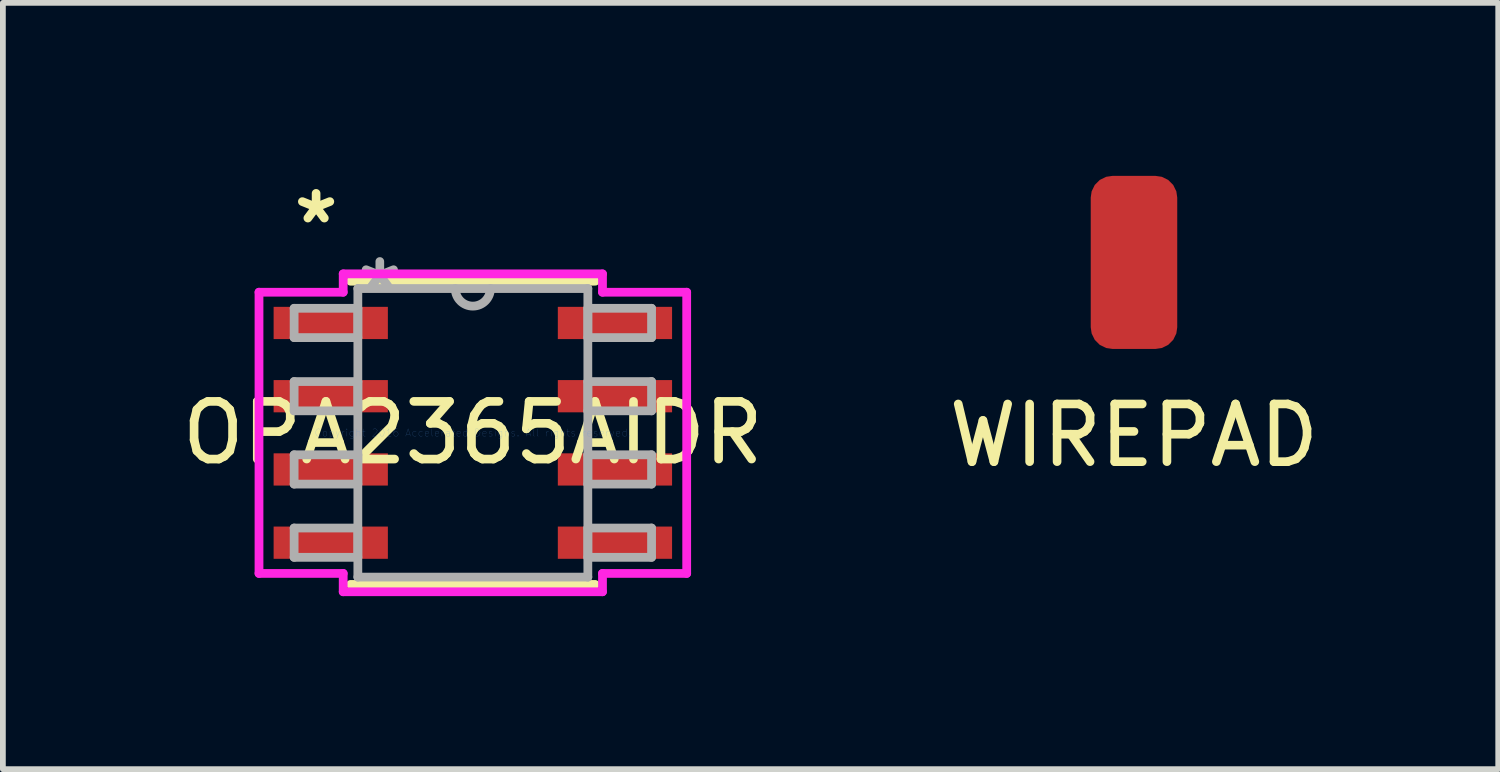
<source format=kicad_pcb>
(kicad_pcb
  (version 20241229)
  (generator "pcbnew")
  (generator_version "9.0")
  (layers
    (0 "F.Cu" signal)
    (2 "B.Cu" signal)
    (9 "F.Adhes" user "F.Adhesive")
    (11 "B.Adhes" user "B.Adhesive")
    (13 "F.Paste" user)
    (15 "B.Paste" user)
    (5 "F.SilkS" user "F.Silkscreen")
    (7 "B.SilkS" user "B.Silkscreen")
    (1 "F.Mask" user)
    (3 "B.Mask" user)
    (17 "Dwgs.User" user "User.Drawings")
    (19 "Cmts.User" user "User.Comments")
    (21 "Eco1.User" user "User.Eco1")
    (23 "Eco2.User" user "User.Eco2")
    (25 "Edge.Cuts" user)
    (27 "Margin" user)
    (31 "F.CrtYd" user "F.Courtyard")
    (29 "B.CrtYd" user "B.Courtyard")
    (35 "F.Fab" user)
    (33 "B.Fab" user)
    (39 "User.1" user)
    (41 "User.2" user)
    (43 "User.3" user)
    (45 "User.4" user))
  (footprint "WIREPAD"
    (layer "F.Cu")
    (at 16.613 4)
    (property "Reference" "WIREPAD" (at 0 0.5 0) (layer "F.SilkS") (effects (font (size 1 1) (thickness 0.15))))
    (attr through_hole)
    (pad "1" smd roundrect (at 0 -2.5) (size 1.5 3) (layers "F.Cu" "F.Mask") (roundrect_rratio 0.25)))
  (footprint "OPA2365AIDR"
    (layer "F.Cu")
    (at 5.149 4.455)
    (property "Reference" "OPA2365AIDR" (at 0 0 0) (layer "F.SilkS") (effects (font (size 1 1) (thickness 0.15))))
    (attr through_hole)
    (fp_line (start -2.121 2.629) (end 2.121 2.629) (stroke (width 0.152) (type solid)) (layer "F.SilkS"))
    (fp_line (start 2.121 -2.629) (end -2.121 -2.629) (stroke (width 0.152) (type solid)) (layer "F.SilkS"))
    (fp_line (start -3.708 -2.438) (end -2.248 -2.438) (stroke (width 0.152) (type solid)) (layer "F.CrtYd"))
    (fp_line (start -3.708 2.438) (end -3.708 -2.438) (stroke (width 0.152) (type solid)) (layer "F.CrtYd"))
    (fp_line (start -2.248 -2.756) (end 2.248 -2.756) (stroke (width 0.152) (type solid)) (layer "F.CrtYd"))
    (fp_line (start -2.248 -2.438) (end -2.248 -2.756) (stroke (width 0.152) (type solid)) (layer "F.CrtYd"))
    (fp_line (start -2.248 2.438) (end -3.708 2.438) (stroke (width 0.152) (type solid)) (layer "F.CrtYd"))
    (fp_line (start -2.248 2.756) (end -2.248 2.438) (stroke (width 0.152) (type solid)) (layer "F.CrtYd"))
    (fp_line (start 2.248 -2.756) (end 2.248 -2.438) (stroke (width 0.152) (type solid)) (layer "F.CrtYd"))
    (fp_line (start 2.248 -2.438) (end 3.708 -2.438) (stroke (width 0.152) (type solid)) (layer "F.CrtYd"))
    (fp_line (start 2.248 2.438) (end 2.248 2.756) (stroke (width 0.152) (type solid)) (layer "F.CrtYd"))
    (fp_line (start 2.248 2.756) (end -2.248 2.756) (stroke (width 0.152) (type solid)) (layer "F.CrtYd"))
    (fp_line (start 3.708 -2.438) (end 3.708 2.438) (stroke (width 0.152) (type solid)) (layer "F.CrtYd"))
    (fp_line (start 3.708 2.438) (end 2.248 2.438) (stroke (width 0.152) (type solid)) (layer "F.CrtYd"))
    (fp_line (start -3.099 -2.159) (end -3.099 -1.651) (stroke (width 0.152) (type solid)) (layer "F.Fab"))
    (fp_line (start -3.099 -1.651) (end -1.994 -1.651) (stroke (width 0.152) (type solid)) (layer "F.Fab"))
    (fp_line (start -3.099 -0.889) (end -3.099 -0.381) (stroke (width 0.152) (type solid)) (layer "F.Fab"))
    (fp_line (start -3.099 -0.381) (end -1.994 -0.381) (stroke (width 0.152) (type solid)) (layer "F.Fab"))
    (fp_line (start -3.099 0.381) (end -3.099 0.889) (stroke (width 0.152) (type solid)) (layer "F.Fab"))
    (fp_line (start -3.099 0.889) (end -1.994 0.889) (stroke (width 0.152) (type solid)) (layer "F.Fab"))
    (fp_line (start -3.099 1.651) (end -3.099 2.159) (stroke (width 0.152) (type solid)) (layer "F.Fab"))
    (fp_line (start -3.099 2.159) (end -1.994 2.159) (stroke (width 0.152) (type solid)) (layer "F.Fab"))
    (fp_line (start -1.994 -2.502) (end -1.994 2.502) (stroke (width 0.152) (type solid)) (layer "F.Fab"))
    (fp_line (start -1.994 -2.159) (end -3.099 -2.159) (stroke (width 0.152) (type solid)) (layer "F.Fab"))
    (fp_line (start -1.994 -1.651) (end -1.994 -2.159) (stroke (width 0.152) (type solid)) (layer "F.Fab"))
    (fp_line (start -1.994 -0.889) (end -3.099 -0.889) (stroke (width 0.152) (type solid)) (layer "F.Fab"))
    (fp_line (start -1.994 -0.381) (end -1.994 -0.889) (stroke (width 0.152) (type solid)) (layer "F.Fab"))
    (fp_line (start -1.994 0.381) (end -3.099 0.381) (stroke (width 0.152) (type solid)) (layer "F.Fab"))
    (fp_line (start -1.994 0.889) (end -1.994 0.381) (stroke (width 0.152) (type solid)) (layer "F.Fab"))
    (fp_line (start -1.994 1.651) (end -3.099 1.651) (stroke (width 0.152) (type solid)) (layer "F.Fab"))
    (fp_line (start -1.994 2.159) (end -1.994 1.651) (stroke (width 0.152) (type solid)) (layer "F.Fab"))
    (fp_line (start -1.994 2.502) (end 1.994 2.502) (stroke (width 0.152) (type solid)) (layer "F.Fab"))
    (fp_line (start 1.994 -2.502) (end -1.994 -2.502) (stroke (width 0.152) (type solid)) (layer "F.Fab"))
    (fp_line (start 1.994 -2.159) (end 1.994 -1.651) (stroke (width 0.152) (type solid)) (layer "F.Fab"))
    (fp_line (start 1.994 -1.651) (end 3.099 -1.651) (stroke (width 0.152) (type solid)) (layer "F.Fab"))
    (fp_line (start 1.994 -0.889) (end 1.994 -0.381) (stroke (width 0.152) (type solid)) (layer "F.Fab"))
    (fp_line (start 1.994 -0.381) (end 3.099 -0.381) (stroke (width 0.152) (type solid)) (layer "F.Fab"))
    (fp_line (start 1.994 0.381) (end 1.994 0.889) (stroke (width 0.152) (type solid)) (layer "F.Fab"))
    (fp_line (start 1.994 0.889) (end 3.099 0.889) (stroke (width 0.152) (type solid)) (layer "F.Fab"))
    (fp_line (start 1.994 1.651) (end 1.994 2.159) (stroke (width 0.152) (type solid)) (layer "F.Fab"))
    (fp_line (start 1.994 2.159) (end 3.099 2.159) (stroke (width 0.152) (type solid)) (layer "F.Fab"))
    (fp_line (start 1.994 2.502) (end 1.994 -2.502) (stroke (width 0.152) (type solid)) (layer "F.Fab"))
    (fp_line (start 3.099 -2.159) (end 1.994 -2.159) (stroke (width 0.152) (type solid)) (layer "F.Fab"))
    (fp_line (start 3.099 -1.651) (end 3.099 -2.159) (stroke (width 0.152) (type solid)) (layer "F.Fab"))
    (fp_line (start 3.099 -0.889) (end 1.994 -0.889) (stroke (width 0.152) (type solid)) (layer "F.Fab"))
    (fp_line (start 3.099 -0.381) (end 3.099 -0.889) (stroke (width 0.152) (type solid)) (layer "F.Fab"))
    (fp_line (start 3.099 0.381) (end 1.994 0.381) (stroke (width 0.152) (type solid)) (layer "F.Fab"))
    (fp_line (start 3.099 0.889) (end 3.099 0.381) (stroke (width 0.152) (type solid)) (layer "F.Fab"))
    (fp_line (start 3.099 1.651) (end 1.994 1.651) (stroke (width 0.152) (type solid)) (layer "F.Fab"))
    (fp_line (start 3.099 2.159) (end 3.099 1.651) (stroke (width 0.152) (type solid)) (layer "F.Fab"))
    (fp_arc (start 0.3048 -2.5019) (mid 0 -2.1971) (end -0.3048 -2.5019) (stroke (width 0.1524) (type solid)) (layer "F.Fab"))
    (fp_text user "*" (at -2.718 -3.607 0) (layer "F.SilkS") (effects (font (size 1 1) (thickness 0.15))))
    (fp_text user "Copyright 2016 Accelerated Designs. All rights reserved." (at 0 0 0) (layer "Cmts.User") (effects (font (size 0.127 0.127) (thickness 0.002))))
    (fp_text user "*" (at -1.613 -2.426 0) (layer "F.Fab") (effects (font (size 1 1) (thickness 0.15))))
    (pad "1" smd rect (at -2.464 -1.905) (size 1.981 0.559) (layers "F.Cu" "F.Mask" "F.Paste"))
    (pad "2" smd rect (at -2.464 -0.635) (size 1.981 0.559) (layers "F.Cu" "F.Mask" "F.Paste"))
    (pad "3" smd rect (at -2.464 0.635) (size 1.981 0.559) (layers "F.Cu" "F.Mask" "F.Paste"))
    (pad "4" smd rect (at -2.464 1.905) (size 1.981 0.559) (layers "F.Cu" "F.Mask" "F.Paste"))
    (pad "5" smd rect (at 2.464 1.905) (size 1.981 0.559) (layers "F.Cu" "F.Mask" "F.Paste"))
    (pad "6" smd rect (at 2.464 0.635) (size 1.981 0.559) (layers "F.Cu" "F.Mask" "F.Paste"))
    (pad "7" smd rect (at 2.464 -0.635) (size 1.981 0.559) (layers "F.Cu" "F.Mask" "F.Paste"))
    (pad "8" smd rect (at 2.464 -1.905) (size 1.981 0.559) (layers "F.Cu" "F.Mask" "F.Paste")))
  (gr_rect
    (start -3 -3)
    (end 22.929 10.287)
    (stroke (width 0.1) (type default))
    (fill no)
    (layer "Edge.Cuts")))
</source>
